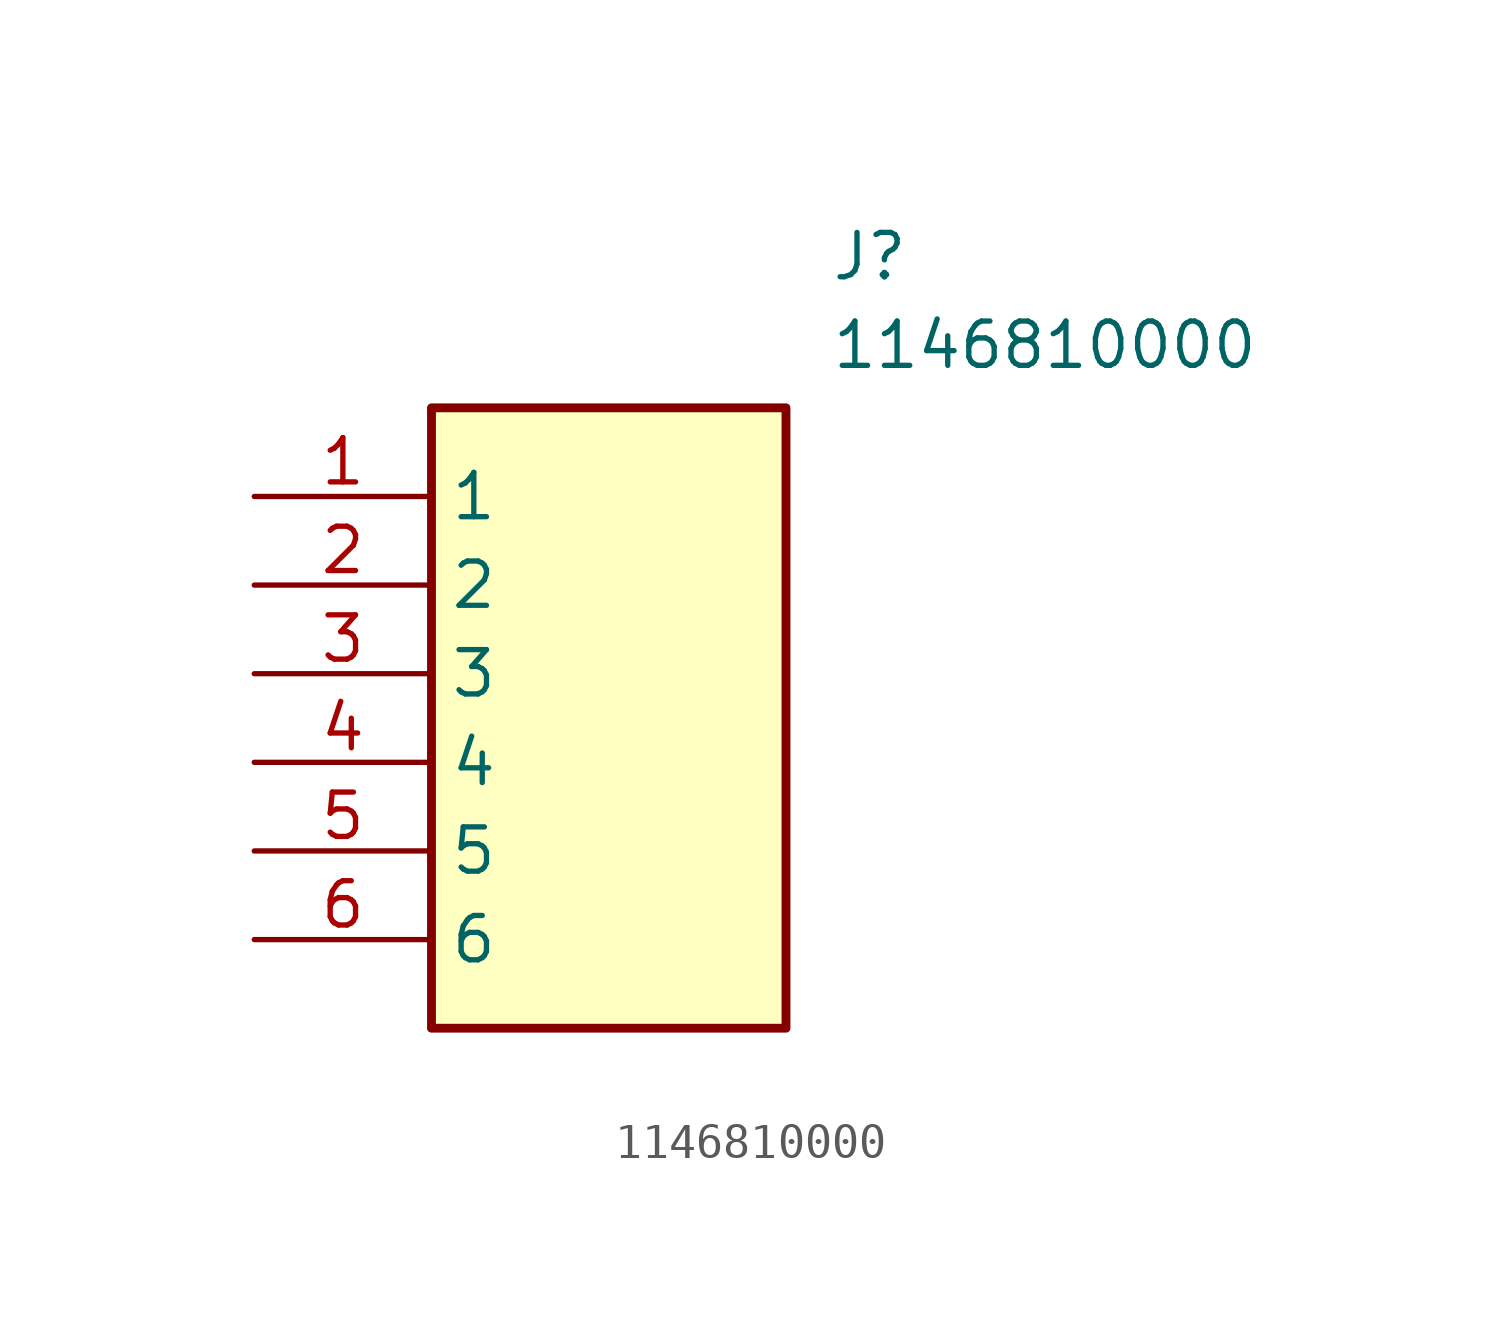
<source format=kicad_sym>
(kicad_symbol_lib
  (version 20211014)
  (generator SamacSys_ECAD_Model)
  (symbol "1146810000"
    (property "Reference" "J"
      (at 16.51 7.62 0)
      (effects (font (size 1.27 1.27)) (justify left top)))
    (property "Value" "1146810000"
      (at 16.51 5.08 0)
      (effects (font (size 1.27 1.27)) (justify left top)))
    (rectangle
      (start 5.08 2.54)
      (end 15.24 -15.24)
      (stroke (width 0.254) (type default))
      (fill (type background)))
    (pin passive line
      (at 0 0 0)
      (length 5.08)
      (name "1" (effects (font (size 1.27 1.27))))
      (number "1" (effects (font (size 1.27 1.27)))))
    (pin passive line
      (at 0 -2.54 0)
      (length 5.08)
      (name "2" (effects (font (size 1.27 1.27))))
      (number "2" (effects (font (size 1.27 1.27)))))
    (pin passive line
      (at 0 -5.08 0)
      (length 5.08)
      (name "3" (effects (font (size 1.27 1.27))))
      (number "3" (effects (font (size 1.27 1.27)))))
    (pin passive line
      (at 0 -7.62 0)
      (length 5.08)
      (name "4" (effects (font (size 1.27 1.27))))
      (number "4" (effects (font (size 1.27 1.27)))))
    (pin passive line
      (at 0 -10.16 0)
      (length 5.08)
      (name "5" (effects (font (size 1.27 1.27))))
      (number "5" (effects (font (size 1.27 1.27)))))
    (pin passive line
      (at 0 -12.7 0)
      (length 5.08)
      (name "6" (effects (font (size 1.27 1.27))))
      (number "6" (effects (font (size 1.27 1.27)))))))
</source>
